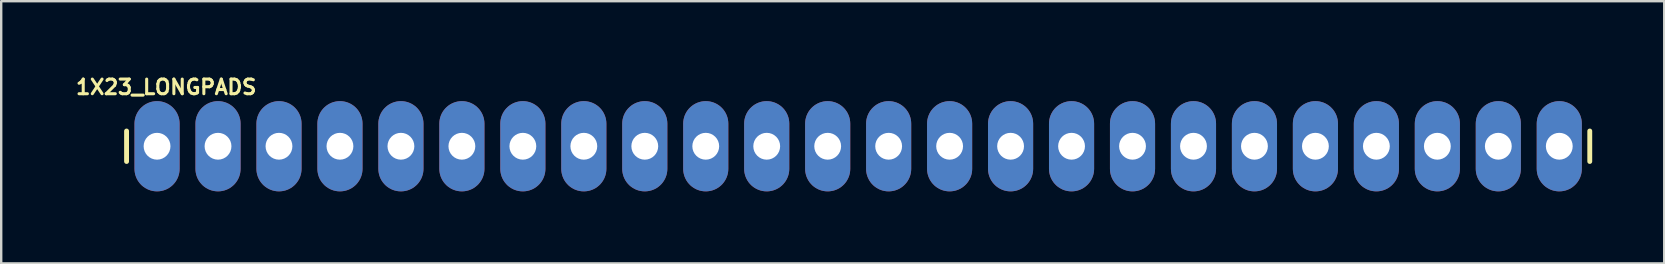
<source format=kicad_pcb>
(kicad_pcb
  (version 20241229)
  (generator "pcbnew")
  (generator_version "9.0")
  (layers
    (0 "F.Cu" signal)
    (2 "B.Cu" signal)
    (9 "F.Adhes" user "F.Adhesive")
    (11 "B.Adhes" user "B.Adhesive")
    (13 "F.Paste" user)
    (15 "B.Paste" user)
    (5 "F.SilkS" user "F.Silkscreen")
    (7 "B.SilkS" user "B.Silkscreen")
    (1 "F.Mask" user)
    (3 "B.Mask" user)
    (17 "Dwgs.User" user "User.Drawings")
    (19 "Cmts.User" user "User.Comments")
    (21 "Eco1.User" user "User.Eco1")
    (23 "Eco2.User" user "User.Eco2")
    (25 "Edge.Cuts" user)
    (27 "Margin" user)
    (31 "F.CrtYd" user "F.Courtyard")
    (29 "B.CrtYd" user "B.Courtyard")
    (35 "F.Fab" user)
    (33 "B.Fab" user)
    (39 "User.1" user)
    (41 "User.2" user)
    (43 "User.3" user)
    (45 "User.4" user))
  (footprint "1X23_LONGPADS"
    (layer "F.Cu")
    (at 30.163 3.043)
    (property "Reference" "1X23_LONGPADS" (at -26.289 -2.464 0) (layer "F.SilkS") (effects (font (size 0.61 0.61) (thickness 0.127))))
    (attr exclude_from_pos_files exclude_from_bom)
    (fp_line (start -27.94 -0.635) (end -27.94 0.635) (stroke (width 0.203) (type solid)) (layer "F.SilkS"))
    (fp_line (start 33.02 -0.635) (end 33.02 0.635) (stroke (width 0.203) (type solid)) (layer "F.SilkS"))
    (fp_line (start -26.924 -0.254) (end -26.416 -0.254) (stroke (width 0.066) (type solid)) (layer "Dwgs.User"))
    (fp_line (start -26.924 0.254) (end -26.924 -0.254) (stroke (width 0.066) (type solid)) (layer "Dwgs.User"))
    (fp_line (start -26.924 0.254) (end -26.416 0.254) (stroke (width 0.066) (type solid)) (layer "Dwgs.User"))
    (fp_line (start -26.416 0.254) (end -26.416 -0.254) (stroke (width 0.066) (type solid)) (layer "Dwgs.User"))
    (fp_line (start -24.384 -0.254) (end -23.876 -0.254) (stroke (width 0.066) (type solid)) (layer "Dwgs.User"))
    (fp_line (start -24.384 0.254) (end -24.384 -0.254) (stroke (width 0.066) (type solid)) (layer "Dwgs.User"))
    (fp_line (start -24.384 0.254) (end -23.876 0.254) (stroke (width 0.066) (type solid)) (layer "Dwgs.User"))
    (fp_line (start -23.876 0.254) (end -23.876 -0.254) (stroke (width 0.066) (type solid)) (layer "Dwgs.User"))
    (fp_line (start -21.844 -0.254) (end -21.336 -0.254) (stroke (width 0.066) (type solid)) (layer "Dwgs.User"))
    (fp_line (start -21.844 0.254) (end -21.844 -0.254) (stroke (width 0.066) (type solid)) (layer "Dwgs.User"))
    (fp_line (start -21.844 0.254) (end -21.336 0.254) (stroke (width 0.066) (type solid)) (layer "Dwgs.User"))
    (fp_line (start -21.336 0.254) (end -21.336 -0.254) (stroke (width 0.066) (type solid)) (layer "Dwgs.User"))
    (fp_line (start -19.304 -0.254) (end -18.796 -0.254) (stroke (width 0.066) (type solid)) (layer "Dwgs.User"))
    (fp_line (start -19.304 0.254) (end -19.304 -0.254) (stroke (width 0.066) (type solid)) (layer "Dwgs.User"))
    (fp_line (start -19.304 0.254) (end -18.796 0.254) (stroke (width 0.066) (type solid)) (layer "Dwgs.User"))
    (fp_line (start -18.796 0.254) (end -18.796 -0.254) (stroke (width 0.066) (type solid)) (layer "Dwgs.User"))
    (fp_line (start -16.764 -0.254) (end -16.256 -0.254) (stroke (width 0.066) (type solid)) (layer "Dwgs.User"))
    (fp_line (start -16.764 0.254) (end -16.764 -0.254) (stroke (width 0.066) (type solid)) (layer "Dwgs.User"))
    (fp_line (start -16.764 0.254) (end -16.256 0.254) (stroke (width 0.066) (type solid)) (layer "Dwgs.User"))
    (fp_line (start -16.256 0.254) (end -16.256 -0.254) (stroke (width 0.066) (type solid)) (layer "Dwgs.User"))
    (fp_line (start -14.224 -0.254) (end -13.716 -0.254) (stroke (width 0.066) (type solid)) (layer "Dwgs.User"))
    (fp_line (start -14.224 0.254) (end -14.224 -0.254) (stroke (width 0.066) (type solid)) (layer "Dwgs.User"))
    (fp_line (start -14.224 0.254) (end -13.716 0.254) (stroke (width 0.066) (type solid)) (layer "Dwgs.User"))
    (fp_line (start -13.716 0.254) (end -13.716 -0.254) (stroke (width 0.066) (type solid)) (layer "Dwgs.User"))
    (fp_line (start -11.684 -0.254) (end -11.176 -0.254) (stroke (width 0.066) (type solid)) (layer "Dwgs.User"))
    (fp_line (start -11.684 0.254) (end -11.684 -0.254) (stroke (width 0.066) (type solid)) (layer "Dwgs.User"))
    (fp_line (start -11.684 0.254) (end -11.176 0.254) (stroke (width 0.066) (type solid)) (layer "Dwgs.User"))
    (fp_line (start -11.176 0.254) (end -11.176 -0.254) (stroke (width 0.066) (type solid)) (layer "Dwgs.User"))
    (fp_line (start -9.144 -0.254) (end -8.636 -0.254) (stroke (width 0.066) (type solid)) (layer "Dwgs.User"))
    (fp_line (start -9.144 0.254) (end -9.144 -0.254) (stroke (width 0.066) (type solid)) (layer "Dwgs.User"))
    (fp_line (start -9.144 0.254) (end -8.636 0.254) (stroke (width 0.066) (type solid)) (layer "Dwgs.User"))
    (fp_line (start -8.636 0.254) (end -8.636 -0.254) (stroke (width 0.066) (type solid)) (layer "Dwgs.User"))
    (fp_line (start -6.604 -0.254) (end -6.096 -0.254) (stroke (width 0.066) (type solid)) (layer "Dwgs.User"))
    (fp_line (start -6.604 0.254) (end -6.604 -0.254) (stroke (width 0.066) (type solid)) (layer "Dwgs.User"))
    (fp_line (start -6.604 0.254) (end -6.096 0.254) (stroke (width 0.066) (type solid)) (layer "Dwgs.User"))
    (fp_line (start -6.096 0.254) (end -6.096 -0.254) (stroke (width 0.066) (type solid)) (layer "Dwgs.User"))
    (fp_line (start -4.064 -0.254) (end -3.556 -0.254) (stroke (width 0.066) (type solid)) (layer "Dwgs.User"))
    (fp_line (start -4.064 0.254) (end -4.064 -0.254) (stroke (width 0.066) (type solid)) (layer "Dwgs.User"))
    (fp_line (start -4.064 0.254) (end -3.556 0.254) (stroke (width 0.066) (type solid)) (layer "Dwgs.User"))
    (fp_line (start -3.556 0.254) (end -3.556 -0.254) (stroke (width 0.066) (type solid)) (layer "Dwgs.User"))
    (fp_line (start -1.524 -0.254) (end -1.016 -0.254) (stroke (width 0.066) (type solid)) (layer "Dwgs.User"))
    (fp_line (start -1.524 0.254) (end -1.524 -0.254) (stroke (width 0.066) (type solid)) (layer "Dwgs.User"))
    (fp_line (start -1.524 0.254) (end -1.016 0.254) (stroke (width 0.066) (type solid)) (layer "Dwgs.User"))
    (fp_line (start -1.016 0.254) (end -1.016 -0.254) (stroke (width 0.066) (type solid)) (layer "Dwgs.User"))
    (fp_line (start 1.016 -0.254) (end 1.524 -0.254) (stroke (width 0.066) (type solid)) (layer "Dwgs.User"))
    (fp_line (start 1.016 0.254) (end 1.016 -0.254) (stroke (width 0.066) (type solid)) (layer "Dwgs.User"))
    (fp_line (start 1.016 0.254) (end 1.524 0.254) (stroke (width 0.066) (type solid)) (layer "Dwgs.User"))
    (fp_line (start 1.524 0.254) (end 1.524 -0.254) (stroke (width 0.066) (type solid)) (layer "Dwgs.User"))
    (fp_line (start 3.556 -0.254) (end 4.064 -0.254) (stroke (width 0.066) (type solid)) (layer "Dwgs.User"))
    (fp_line (start 3.556 0.254) (end 3.556 -0.254) (stroke (width 0.066) (type solid)) (layer "Dwgs.User"))
    (fp_line (start 3.556 0.254) (end 4.064 0.254) (stroke (width 0.066) (type solid)) (layer "Dwgs.User"))
    (fp_line (start 4.064 0.254) (end 4.064 -0.254) (stroke (width 0.066) (type solid)) (layer "Dwgs.User"))
    (fp_line (start 6.096 -0.254) (end 6.604 -0.254) (stroke (width 0.066) (type solid)) (layer "Dwgs.User"))
    (fp_line (start 6.096 0.254) (end 6.096 -0.254) (stroke (width 0.066) (type solid)) (layer "Dwgs.User"))
    (fp_line (start 6.096 0.254) (end 6.604 0.254) (stroke (width 0.066) (type solid)) (layer "Dwgs.User"))
    (fp_line (start 6.604 0.254) (end 6.604 -0.254) (stroke (width 0.066) (type solid)) (layer "Dwgs.User"))
    (fp_line (start 8.636 -0.254) (end 9.144 -0.254) (stroke (width 0.066) (type solid)) (layer "Dwgs.User"))
    (fp_line (start 8.636 0.254) (end 8.636 -0.254) (stroke (width 0.066) (type solid)) (layer "Dwgs.User"))
    (fp_line (start 8.636 0.254) (end 9.144 0.254) (stroke (width 0.066) (type solid)) (layer "Dwgs.User"))
    (fp_line (start 9.144 0.254) (end 9.144 -0.254) (stroke (width 0.066) (type solid)) (layer "Dwgs.User"))
    (fp_line (start 11.176 -0.254) (end 11.684 -0.254) (stroke (width 0.066) (type solid)) (layer "Dwgs.User"))
    (fp_line (start 11.176 0.254) (end 11.176 -0.254) (stroke (width 0.066) (type solid)) (layer "Dwgs.User"))
    (fp_line (start 11.176 0.254) (end 11.684 0.254) (stroke (width 0.066) (type solid)) (layer "Dwgs.User"))
    (fp_line (start 11.684 0.254) (end 11.684 -0.254) (stroke (width 0.066) (type solid)) (layer "Dwgs.User"))
    (fp_line (start 13.716 -0.254) (end 14.224 -0.254) (stroke (width 0.066) (type solid)) (layer "Dwgs.User"))
    (fp_line (start 13.716 0.254) (end 13.716 -0.254) (stroke (width 0.066) (type solid)) (layer "Dwgs.User"))
    (fp_line (start 13.716 0.254) (end 14.224 0.254) (stroke (width 0.066) (type solid)) (layer "Dwgs.User"))
    (fp_line (start 14.224 0.254) (end 14.224 -0.254) (stroke (width 0.066) (type solid)) (layer "Dwgs.User"))
    (fp_line (start 16.256 -0.254) (end 16.764 -0.254) (stroke (width 0.066) (type solid)) (layer "Dwgs.User"))
    (fp_line (start 16.256 0.254) (end 16.256 -0.254) (stroke (width 0.066) (type solid)) (layer "Dwgs.User"))
    (fp_line (start 16.256 0.254) (end 16.764 0.254) (stroke (width 0.066) (type solid)) (layer "Dwgs.User"))
    (fp_line (start 16.764 0.254) (end 16.764 -0.254) (stroke (width 0.066) (type solid)) (layer "Dwgs.User"))
    (fp_line (start 18.796 -0.254) (end 19.304 -0.254) (stroke (width 0.066) (type solid)) (layer "Dwgs.User"))
    (fp_line (start 18.796 0.254) (end 18.796 -0.254) (stroke (width 0.066) (type solid)) (layer "Dwgs.User"))
    (fp_line (start 18.796 0.254) (end 19.304 0.254) (stroke (width 0.066) (type solid)) (layer "Dwgs.User"))
    (fp_line (start 19.304 0.254) (end 19.304 -0.254) (stroke (width 0.066) (type solid)) (layer "Dwgs.User"))
    (fp_line (start 21.336 -0.254) (end 21.844 -0.254) (stroke (width 0.066) (type solid)) (layer "Dwgs.User"))
    (fp_line (start 21.336 0.254) (end 21.336 -0.254) (stroke (width 0.066) (type solid)) (layer "Dwgs.User"))
    (fp_line (start 21.336 0.254) (end 21.844 0.254) (stroke (width 0.066) (type solid)) (layer "Dwgs.User"))
    (fp_line (start 21.844 0.254) (end 21.844 -0.254) (stroke (width 0.066) (type solid)) (layer "Dwgs.User"))
    (fp_line (start 23.876 -0.254) (end 24.384 -0.254) (stroke (width 0.066) (type solid)) (layer "Dwgs.User"))
    (fp_line (start 23.876 0.254) (end 23.876 -0.254) (stroke (width 0.066) (type solid)) (layer "Dwgs.User"))
    (fp_line (start 23.876 0.254) (end 24.384 0.254) (stroke (width 0.066) (type solid)) (layer "Dwgs.User"))
    (fp_line (start 24.384 0.254) (end 24.384 -0.254) (stroke (width 0.066) (type solid)) (layer "Dwgs.User"))
    (fp_line (start 26.416 -0.254) (end 26.924 -0.254) (stroke (width 0.066) (type solid)) (layer "Dwgs.User"))
    (fp_line (start 26.416 0.254) (end 26.416 -0.254) (stroke (width 0.066) (type solid)) (layer "Dwgs.User"))
    (fp_line (start 26.416 0.254) (end 26.924 0.254) (stroke (width 0.066) (type solid)) (layer "Dwgs.User"))
    (fp_line (start 26.924 0.254) (end 26.924 -0.254) (stroke (width 0.066) (type solid)) (layer "Dwgs.User"))
    (fp_line (start 28.953 -0.254) (end 29.464 -0.254) (stroke (width 0.066) (type solid)) (layer "Dwgs.User"))
    (fp_line (start 28.953 0.254) (end 28.953 -0.254) (stroke (width 0.066) (type solid)) (layer "Dwgs.User"))
    (fp_line (start 28.953 0.254) (end 29.464 0.254) (stroke (width 0.066) (type solid)) (layer "Dwgs.User"))
    (fp_line (start 29.464 0.254) (end 29.464 -0.254) (stroke (width 0.066) (type solid)) (layer "Dwgs.User"))
    (fp_line (start 31.496 -0.254) (end 32.004 -0.254) (stroke (width 0.066) (type solid)) (layer "Dwgs.User"))
    (fp_line (start 31.496 0.254) (end 31.496 -0.254) (stroke (width 0.066) (type solid)) (layer "Dwgs.User"))
    (fp_line (start 31.496 0.254) (end 32.004 0.254) (stroke (width 0.066) (type solid)) (layer "Dwgs.User"))
    (fp_line (start 32.004 0.254) (end 32.004 -0.254) (stroke (width 0.066) (type solid)) (layer "Dwgs.User"))
    (pad "2" thru_hole oval (at -26.67 0 180) (size 1.88 3.759) (drill 1.118) (layers "*.Cu" "*.Paste" "*.Mask"))
    (pad "3" thru_hole oval (at -24.13 0 180) (size 1.88 3.759) (drill 1.118) (layers "*.Cu" "*.Paste" "*.Mask"))
    (pad "4" thru_hole oval (at -21.59 0 180) (size 1.88 3.759) (drill 1.118) (layers "*.Cu" "*.Paste" "*.Mask"))
    (pad "5" thru_hole oval (at -19.05 0 180) (size 1.88 3.759) (drill 1.118) (layers "*.Cu" "*.Paste" "*.Mask"))
    (pad "6" thru_hole oval (at -16.51 0 180) (size 1.88 3.759) (drill 1.118) (layers "*.Cu" "*.Paste" "*.Mask"))
    (pad "7" thru_hole oval (at -13.97 0 180) (size 1.88 3.759) (drill 1.118) (layers "*.Cu" "*.Paste" "*.Mask"))
    (pad "8" thru_hole oval (at -11.43 0 180) (size 1.88 3.759) (drill 1.118) (layers "*.Cu" "*.Paste" "*.Mask"))
    (pad "9" thru_hole oval (at -8.89 0 180) (size 1.88 3.759) (drill 1.118) (layers "*.Cu" "*.Paste" "*.Mask"))
    (pad "10" thru_hole oval (at -6.35 0 180) (size 1.88 3.759) (drill 1.118) (layers "*.Cu" "*.Paste" "*.Mask"))
    (pad "11" thru_hole oval (at -3.81 0 180) (size 1.88 3.759) (drill 1.118) (layers "*.Cu" "*.Paste" "*.Mask"))
    (pad "12" thru_hole oval (at -1.27 0 180) (size 1.88 3.759) (drill 1.118) (layers "*.Cu" "*.Paste" "*.Mask"))
    (pad "13" thru_hole oval (at 1.27 0 180) (size 1.88 3.759) (drill 1.118) (layers "*.Cu" "*.Paste" "*.Mask"))
    (pad "14" thru_hole oval (at 3.81 0 180) (size 1.88 3.759) (drill 1.118) (layers "*.Cu" "*.Paste" "*.Mask"))
    (pad "15" thru_hole oval (at 6.35 0 180) (size 1.88 3.759) (drill 1.118) (layers "*.Cu" "*.Paste" "*.Mask"))
    (pad "16" thru_hole oval (at 8.89 0 180) (size 1.88 3.759) (drill 1.118) (layers "*.Cu" "*.Paste" "*.Mask"))
    (pad "17" thru_hole oval (at 11.43 0 180) (size 1.88 3.759) (drill 1.118) (layers "*.Cu" "*.Paste" "*.Mask"))
    (pad "18" thru_hole oval (at 13.97 0 180) (size 1.88 3.759) (drill 1.118) (layers "*.Cu" "*.Paste" "*.Mask"))
    (pad "19" thru_hole oval (at 16.51 0 180) (size 1.88 3.759) (drill 1.118) (layers "*.Cu" "*.Paste" "*.Mask"))
    (pad "20" thru_hole oval (at 19.05 0 180) (size 1.88 3.759) (drill 1.118) (layers "*.Cu" "*.Paste" "*.Mask"))
    (pad "21" thru_hole oval (at 21.59 0 180) (size 1.88 3.759) (drill 1.118) (layers "*.Cu" "*.Paste" "*.Mask"))
    (pad "22" thru_hole oval (at 24.13 0 180) (size 1.88 3.759) (drill 1.118) (layers "*.Cu" "*.Paste" "*.Mask"))
    (pad "23" thru_hole oval (at 26.67 0 180) (size 1.88 3.759) (drill 1.118) (layers "*.Cu" "*.Paste" "*.Mask"))
    (pad "24" thru_hole oval (at 29.21 0 180) (size 1.88 3.759) (drill 1.118) (layers "*.Cu" "*.Paste" "*.Mask"))
    (pad "25" thru_hole oval (at 31.75 0 180) (size 1.88 3.759) (drill 1.118) (layers "*.Cu" "*.Paste" "*.Mask")))
  (gr_rect
    (start -3 -3)
    (end 66.285 7.923)
    (stroke (width 0.1) (type default))
    (fill no)
    (layer "Edge.Cuts")))
</source>
